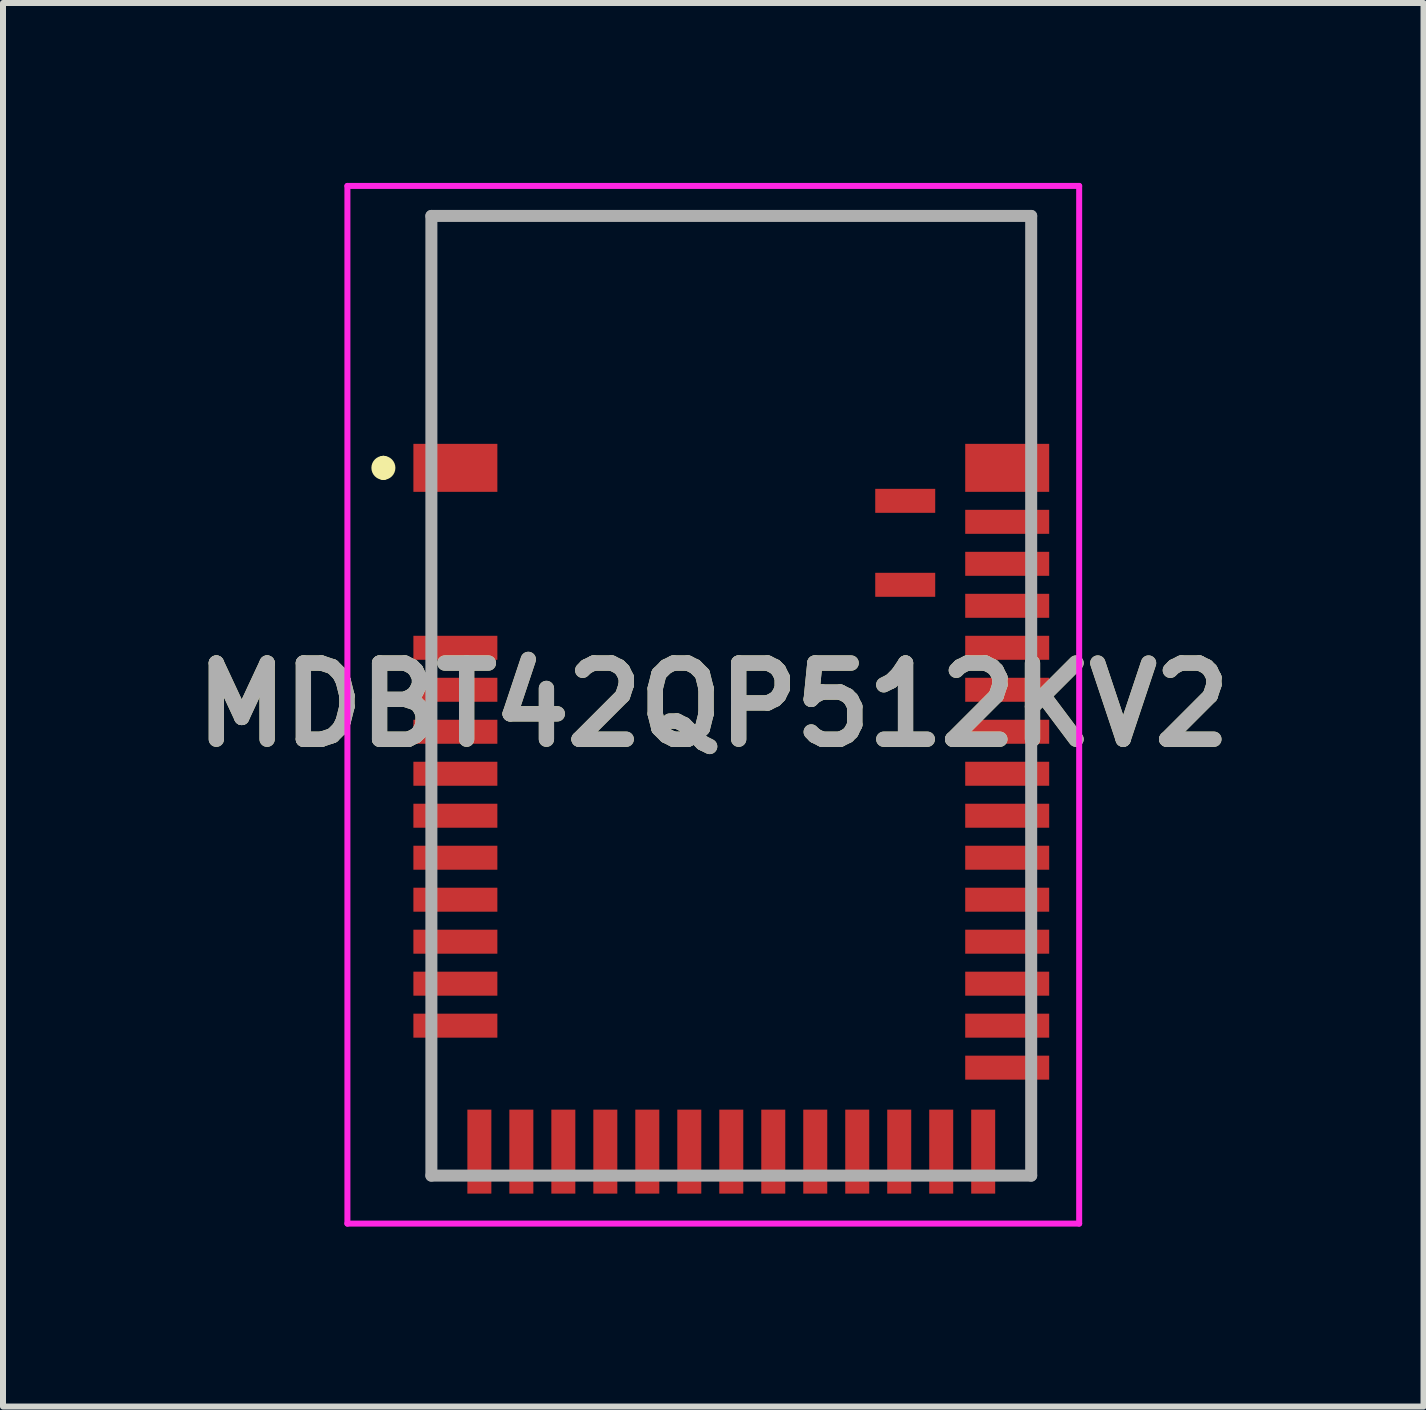
<source format=kicad_pcb>
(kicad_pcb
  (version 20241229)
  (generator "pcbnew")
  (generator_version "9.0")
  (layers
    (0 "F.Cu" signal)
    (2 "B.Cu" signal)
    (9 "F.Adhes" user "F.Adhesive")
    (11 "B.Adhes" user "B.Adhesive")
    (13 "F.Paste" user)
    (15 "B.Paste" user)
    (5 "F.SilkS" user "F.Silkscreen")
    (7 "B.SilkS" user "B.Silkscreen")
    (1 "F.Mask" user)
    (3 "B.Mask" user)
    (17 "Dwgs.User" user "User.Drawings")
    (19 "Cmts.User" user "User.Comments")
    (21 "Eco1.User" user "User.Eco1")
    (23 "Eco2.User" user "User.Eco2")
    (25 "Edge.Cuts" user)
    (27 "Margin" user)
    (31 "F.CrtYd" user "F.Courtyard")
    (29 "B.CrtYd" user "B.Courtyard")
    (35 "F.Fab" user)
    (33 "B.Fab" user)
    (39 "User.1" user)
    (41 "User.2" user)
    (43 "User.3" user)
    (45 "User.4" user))
  (footprint "MDBT42QP512KV2"
    (layer "F.Cu")
    (at 9.142 8.55)
    (property "Reference" "MDBT42QP512KV2" (at -0.3 0.15 0) (layer "F.SilkS") (effects (font (size 1.27 1.27) (thickness 0.254))))
    (attr smd)
    (fp_line (start -5.8 -3.9) (end -5.8 -3.9) (stroke (width 0.2) (type solid)) (layer "F.SilkS"))
    (fp_line (start -5.8 -3.7) (end -5.8 -3.7) (stroke (width 0.2) (type solid)) (layer "F.SilkS"))
    (fp_line (start -5 -8) (end 5 -8) (stroke (width 0.1) (type solid)) (layer "F.SilkS"))
    (fp_line (start -5 -5) (end -5 -8) (stroke (width 0.1) (type solid)) (layer "F.SilkS"))
    (fp_line (start -5 -2.5) (end -5 -1.5) (stroke (width 0.1) (type solid)) (layer "F.SilkS"))
    (fp_line (start -5 8) (end -5 6.5) (stroke (width 0.1) (type solid)) (layer "F.SilkS"))
    (fp_line (start -4.8 8) (end -5 8) (stroke (width 0.1) (type solid)) (layer "F.SilkS"))
    (fp_line (start 4.8 8) (end 5 8) (stroke (width 0.1) (type solid)) (layer "F.SilkS"))
    (fp_line (start 5 -8) (end 5 -5) (stroke (width 0.1) (type solid)) (layer "F.SilkS"))
    (fp_line (start 5 8) (end 5 7) (stroke (width 0.1) (type solid)) (layer "F.SilkS"))
    (fp_arc (start -5.8 -3.9) (mid -5.7 -3.8) (end -5.8 -3.7) (stroke (width 0.2) (type solid)) (layer "F.SilkS"))
    (fp_arc (start -5.8 -3.7) (mid -5.9 -3.8) (end -5.8 -3.9) (stroke (width 0.2) (type solid)) (layer "F.SilkS"))
    (fp_line (start -6.4 -8.5) (end 5.8 -8.5) (stroke (width 0.1) (type solid)) (layer "F.CrtYd"))
    (fp_line (start -6.4 8.8) (end -6.4 -8.5) (stroke (width 0.1) (type solid)) (layer "F.CrtYd"))
    (fp_line (start 5.8 -8.5) (end 5.8 8.8) (stroke (width 0.1) (type solid)) (layer "F.CrtYd"))
    (fp_line (start 5.8 8.8) (end -6.4 8.8) (stroke (width 0.1) (type solid)) (layer "F.CrtYd"))
    (fp_line (start -5 -8) (end 5 -8) (stroke (width 0.2) (type solid)) (layer "F.Fab"))
    (fp_line (start -5 8) (end -5 -8) (stroke (width 0.2) (type solid)) (layer "F.Fab"))
    (fp_line (start 5 -8) (end 5 8) (stroke (width 0.2) (type solid)) (layer "F.Fab"))
    (fp_line (start 5 8) (end -5 8) (stroke (width 0.2) (type solid)) (layer "F.Fab"))
    (fp_text user "${REFERENCE}" (at -0.3 0.15 0) (layer "F.Fab") (effects (font (size 1.27 1.27) (thickness 0.254))))
    (pad "1" smd rect (at -4.6 -3.8 90) (size 0.8 1.4) (layers "F.Cu" "F.Mask" "F.Paste"))
    (pad "2" smd rect (at -4.6 -0.8 90) (size 0.4 1.4) (layers "F.Cu" "F.Mask" "F.Paste"))
    (pad "3" smd rect (at -4.6 -0.1 90) (size 0.4 1.4) (layers "F.Cu" "F.Mask" "F.Paste"))
    (pad "4" smd rect (at -4.6 0.6 90) (size 0.4 1.4) (layers "F.Cu" "F.Mask" "F.Paste"))
    (pad "5" smd rect (at -4.6 1.3 90) (size 0.4 1.4) (layers "F.Cu" "F.Mask" "F.Paste"))
    (pad "6" smd rect (at -4.6 2 90) (size 0.4 1.4) (layers "F.Cu" "F.Mask" "F.Paste"))
    (pad "7" smd rect (at -4.6 2.7 90) (size 0.4 1.4) (layers "F.Cu" "F.Mask" "F.Paste"))
    (pad "8" smd rect (at -4.6 3.4 90) (size 0.4 1.4) (layers "F.Cu" "F.Mask" "F.Paste"))
    (pad "9" smd rect (at -4.6 4.1 90) (size 0.4 1.4) (layers "F.Cu" "F.Mask" "F.Paste"))
    (pad "10" smd rect (at -4.6 4.8 90) (size 0.4 1.4) (layers "F.Cu" "F.Mask" "F.Paste"))
    (pad "11" smd rect (at -4.6 5.5 90) (size 0.4 1.4) (layers "F.Cu" "F.Mask" "F.Paste"))
    (pad "12" smd rect (at -4.2 7.6) (size 0.4 1.4) (layers "F.Cu" "F.Mask" "F.Paste"))
    (pad "13" smd rect (at -3.5 7.6) (size 0.4 1.4) (layers "F.Cu" "F.Mask" "F.Paste"))
    (pad "14" smd rect (at -2.8 7.6) (size 0.4 1.4) (layers "F.Cu" "F.Mask" "F.Paste"))
    (pad "15" smd rect (at -2.1 7.6) (size 0.4 1.4) (layers "F.Cu" "F.Mask" "F.Paste"))
    (pad "16" smd rect (at -1.4 7.6) (size 0.4 1.4) (layers "F.Cu" "F.Mask" "F.Paste"))
    (pad "17" smd rect (at -0.7 7.6) (size 0.4 1.4) (layers "F.Cu" "F.Mask" "F.Paste"))
    (pad "18" smd rect (at 0 7.6) (size 0.4 1.4) (layers "F.Cu" "F.Mask" "F.Paste"))
    (pad "19" smd rect (at 0.7 7.6) (size 0.4 1.4) (layers "F.Cu" "F.Mask" "F.Paste"))
    (pad "20" smd rect (at 1.4 7.6) (size 0.4 1.4) (layers "F.Cu" "F.Mask" "F.Paste"))
    (pad "21" smd rect (at 2.1 7.6) (size 0.4 1.4) (layers "F.Cu" "F.Mask" "F.Paste"))
    (pad "22" smd rect (at 2.8 7.6) (size 0.4 1.4) (layers "F.Cu" "F.Mask" "F.Paste"))
    (pad "23" smd rect (at 3.5 7.6) (size 0.4 1.4) (layers "F.Cu" "F.Mask" "F.Paste"))
    (pad "24" smd rect (at 4.2 7.6) (size 0.4 1.4) (layers "F.Cu" "F.Mask" "F.Paste"))
    (pad "25" smd rect (at 4.6 6.2 90) (size 0.4 1.4) (layers "F.Cu" "F.Mask" "F.Paste"))
    (pad "26" smd rect (at 4.6 5.5 90) (size 0.4 1.4) (layers "F.Cu" "F.Mask" "F.Paste"))
    (pad "27" smd rect (at 4.6 4.8 90) (size 0.4 1.4) (layers "F.Cu" "F.Mask" "F.Paste"))
    (pad "28" smd rect (at 4.6 4.1 90) (size 0.4 1.4) (layers "F.Cu" "F.Mask" "F.Paste"))
    (pad "29" smd rect (at 4.6 3.4 90) (size 0.4 1.4) (layers "F.Cu" "F.Mask" "F.Paste"))
    (pad "30" smd rect (at 4.6 2.7 90) (size 0.4 1.4) (layers "F.Cu" "F.Mask" "F.Paste"))
    (pad "31" smd rect (at 4.6 2 90) (size 0.4 1.4) (layers "F.Cu" "F.Mask" "F.Paste"))
    (pad "32" smd rect (at 4.6 1.3 90) (size 0.4 1.4) (layers "F.Cu" "F.Mask" "F.Paste"))
    (pad "33" smd rect (at 4.6 0.6 90) (size 0.4 1.4) (layers "F.Cu" "F.Mask" "F.Paste"))
    (pad "34" smd rect (at 4.6 -0.1 90) (size 0.4 1.4) (layers "F.Cu" "F.Mask" "F.Paste"))
    (pad "35" smd rect (at 4.6 -0.8 90) (size 0.4 1.4) (layers "F.Cu" "F.Mask" "F.Paste"))
    (pad "36" smd rect (at 4.6 -1.5 90) (size 0.4 1.4) (layers "F.Cu" "F.Mask" "F.Paste"))
    (pad "37" smd rect (at 4.6 -2.2 90) (size 0.4 1.4) (layers "F.Cu" "F.Mask" "F.Paste"))
    (pad "38" smd rect (at 4.6 -2.9 90) (size 0.4 1.4) (layers "F.Cu" "F.Mask" "F.Paste"))
    (pad "39" smd rect (at 4.6 -3.8 90) (size 0.8 1.4) (layers "F.Cu" "F.Mask" "F.Paste"))
    (pad "40" smd rect (at 2.9 -3.25 90) (size 0.4 1) (layers "F.Cu" "F.Mask" "F.Paste"))
    (pad "41" smd rect (at 2.9 -1.85 90) (size 0.4 1) (layers "F.Cu" "F.Mask" "F.Paste")))
  (gr_rect
    (start -3 -3)
    (end 20.683 20.4)
    (stroke (width 0.1) (type default))
    (fill no)
    (layer "Edge.Cuts")))
</source>
